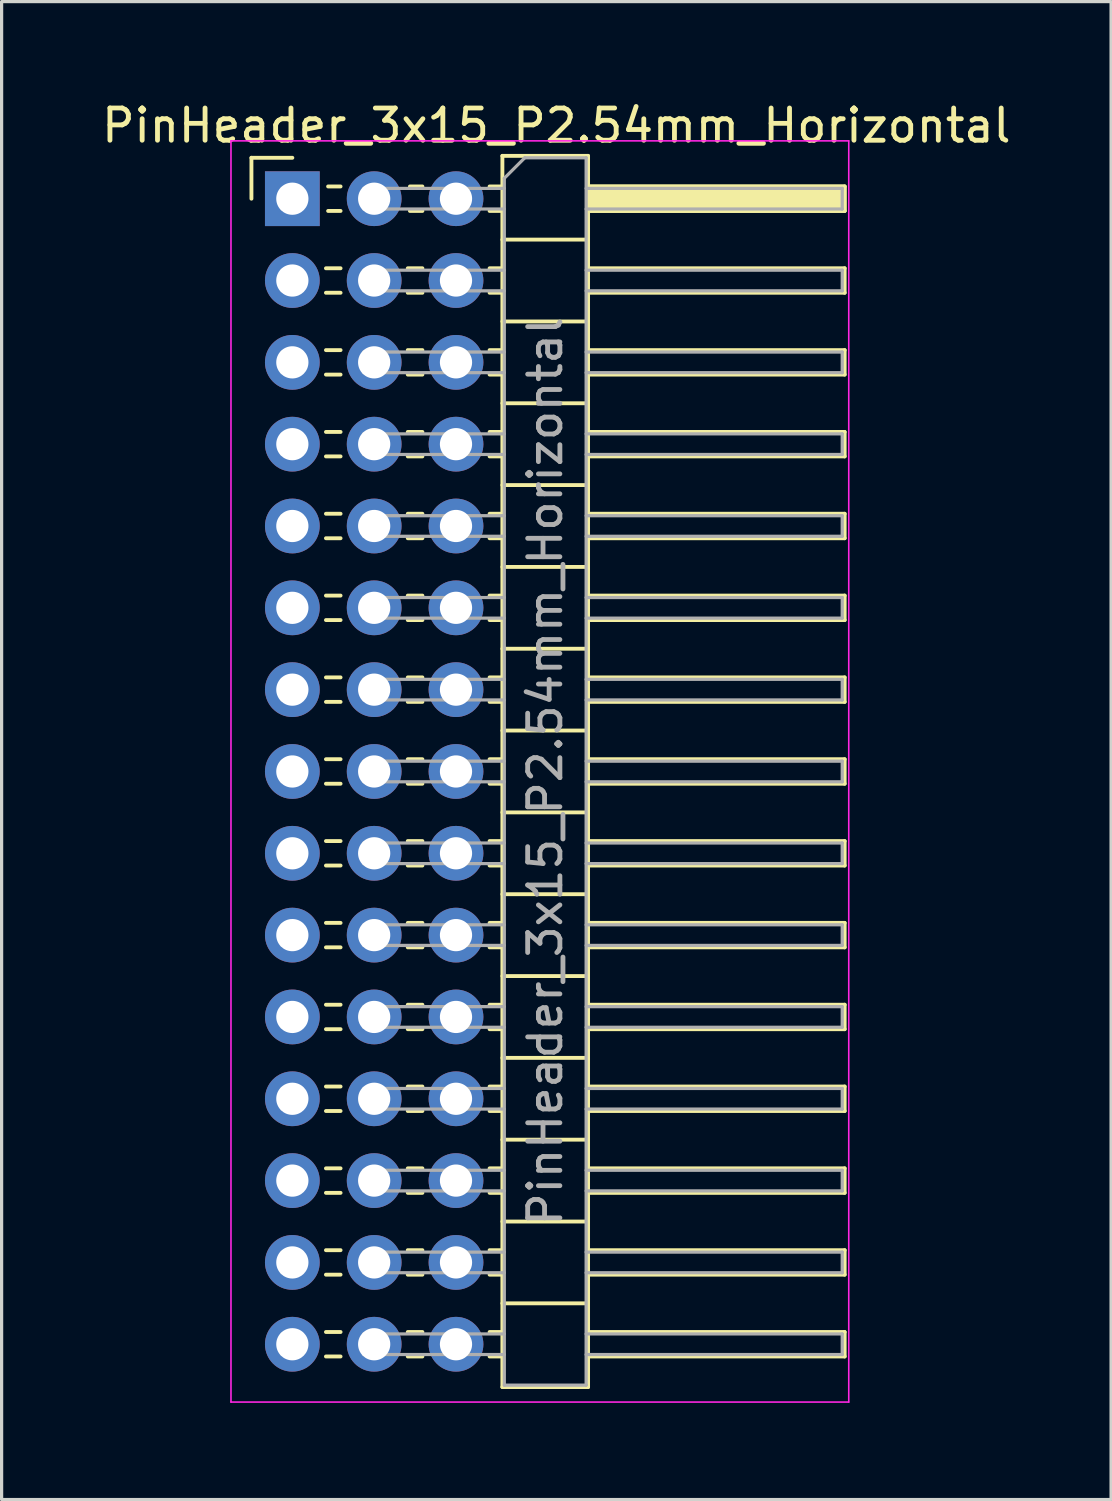
<source format=kicad_pcb>
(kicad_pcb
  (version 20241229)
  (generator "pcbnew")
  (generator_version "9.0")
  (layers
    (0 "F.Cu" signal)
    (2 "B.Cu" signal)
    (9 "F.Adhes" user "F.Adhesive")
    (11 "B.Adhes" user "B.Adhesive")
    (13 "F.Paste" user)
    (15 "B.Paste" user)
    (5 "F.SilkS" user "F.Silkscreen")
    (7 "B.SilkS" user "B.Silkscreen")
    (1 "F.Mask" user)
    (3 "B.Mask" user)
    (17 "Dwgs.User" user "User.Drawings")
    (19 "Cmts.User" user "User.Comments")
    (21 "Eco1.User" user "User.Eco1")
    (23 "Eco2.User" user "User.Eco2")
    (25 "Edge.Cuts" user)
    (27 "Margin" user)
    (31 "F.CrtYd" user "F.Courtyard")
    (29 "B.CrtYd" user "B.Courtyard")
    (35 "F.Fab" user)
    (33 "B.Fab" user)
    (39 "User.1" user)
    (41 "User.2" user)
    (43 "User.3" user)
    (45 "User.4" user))
  (footprint "PinHeader_3x15_P2.54mm_Horizontal"
    (layer "F.Cu")
    (at 8.565 3.118)
    (property "Reference" "PinHeader_3x15_P2.54mm_Horizontal" (at 5.655 -2.27 0) (layer "F.SilkS") (effects (font (size 1 1) (thickness 0.15))))
    (attr through_hole)
    (fp_line (start -3.81 -1.27) (end -2.54 -1.27) (stroke (width 0.12) (type solid)) (layer "F.SilkS"))
    (fp_line (start -3.81 0) (end -3.81 -1.27) (stroke (width 0.12) (type solid)) (layer "F.SilkS"))
    (fp_line (start -1.497 2.16) (end -1.043 2.16) (stroke (width 0.12) (type solid)) (layer "F.SilkS"))
    (fp_line (start -1.497 2.92) (end -1.043 2.92) (stroke (width 0.12) (type solid)) (layer "F.SilkS"))
    (fp_line (start -1.497 4.7) (end -1.043 4.7) (stroke (width 0.12) (type solid)) (layer "F.SilkS"))
    (fp_line (start -1.497 5.46) (end -1.043 5.46) (stroke (width 0.12) (type solid)) (layer "F.SilkS"))
    (fp_line (start -1.497 7.24) (end -1.043 7.24) (stroke (width 0.12) (type solid)) (layer "F.SilkS"))
    (fp_line (start -1.497 8) (end -1.043 8) (stroke (width 0.12) (type solid)) (layer "F.SilkS"))
    (fp_line (start -1.497 9.78) (end -1.043 9.78) (stroke (width 0.12) (type solid)) (layer "F.SilkS"))
    (fp_line (start -1.497 10.54) (end -1.043 10.54) (stroke (width 0.12) (type solid)) (layer "F.SilkS"))
    (fp_line (start -1.497 12.32) (end -1.043 12.32) (stroke (width 0.12) (type solid)) (layer "F.SilkS"))
    (fp_line (start -1.497 13.08) (end -1.043 13.08) (stroke (width 0.12) (type solid)) (layer "F.SilkS"))
    (fp_line (start -1.497 14.86) (end -1.043 14.86) (stroke (width 0.12) (type solid)) (layer "F.SilkS"))
    (fp_line (start -1.497 15.62) (end -1.043 15.62) (stroke (width 0.12) (type solid)) (layer "F.SilkS"))
    (fp_line (start -1.497 17.4) (end -1.043 17.4) (stroke (width 0.12) (type solid)) (layer "F.SilkS"))
    (fp_line (start -1.497 18.16) (end -1.043 18.16) (stroke (width 0.12) (type solid)) (layer "F.SilkS"))
    (fp_line (start -1.497 19.94) (end -1.043 19.94) (stroke (width 0.12) (type solid)) (layer "F.SilkS"))
    (fp_line (start -1.497 20.7) (end -1.043 20.7) (stroke (width 0.12) (type solid)) (layer "F.SilkS"))
    (fp_line (start -1.497 22.48) (end -1.043 22.48) (stroke (width 0.12) (type solid)) (layer "F.SilkS"))
    (fp_line (start -1.497 23.24) (end -1.043 23.24) (stroke (width 0.12) (type solid)) (layer "F.SilkS"))
    (fp_line (start -1.497 25.02) (end -1.043 25.02) (stroke (width 0.12) (type solid)) (layer "F.SilkS"))
    (fp_line (start -1.497 25.78) (end -1.043 25.78) (stroke (width 0.12) (type solid)) (layer "F.SilkS"))
    (fp_line (start -1.497 27.56) (end -1.043 27.56) (stroke (width 0.12) (type solid)) (layer "F.SilkS"))
    (fp_line (start -1.497 28.32) (end -1.043 28.32) (stroke (width 0.12) (type solid)) (layer "F.SilkS"))
    (fp_line (start -1.497 30.1) (end -1.043 30.1) (stroke (width 0.12) (type solid)) (layer "F.SilkS"))
    (fp_line (start -1.497 30.86) (end -1.043 30.86) (stroke (width 0.12) (type solid)) (layer "F.SilkS"))
    (fp_line (start -1.497 32.64) (end -1.043 32.64) (stroke (width 0.12) (type solid)) (layer "F.SilkS"))
    (fp_line (start -1.497 33.4) (end -1.043 33.4) (stroke (width 0.12) (type solid)) (layer "F.SilkS"))
    (fp_line (start -1.497 35.18) (end -1.043 35.18) (stroke (width 0.12) (type solid)) (layer "F.SilkS"))
    (fp_line (start -1.497 35.94) (end -1.043 35.94) (stroke (width 0.12) (type solid)) (layer "F.SilkS"))
    (fp_line (start -1.43 -0.38) (end -1.043 -0.38) (stroke (width 0.12) (type solid)) (layer "F.SilkS"))
    (fp_line (start -1.43 0.38) (end -1.043 0.38) (stroke (width 0.12) (type solid)) (layer "F.SilkS"))
    (fp_line (start 1.043 2.16) (end 1.497 2.16) (stroke (width 0.12) (type solid)) (layer "F.SilkS"))
    (fp_line (start 1.043 2.92) (end 1.497 2.92) (stroke (width 0.12) (type solid)) (layer "F.SilkS"))
    (fp_line (start 1.043 4.7) (end 1.497 4.7) (stroke (width 0.12) (type solid)) (layer "F.SilkS"))
    (fp_line (start 1.043 5.46) (end 1.497 5.46) (stroke (width 0.12) (type solid)) (layer "F.SilkS"))
    (fp_line (start 1.043 7.24) (end 1.497 7.24) (stroke (width 0.12) (type solid)) (layer "F.SilkS"))
    (fp_line (start 1.043 8) (end 1.497 8) (stroke (width 0.12) (type solid)) (layer "F.SilkS"))
    (fp_line (start 1.043 9.78) (end 1.497 9.78) (stroke (width 0.12) (type solid)) (layer "F.SilkS"))
    (fp_line (start 1.043 10.54) (end 1.497 10.54) (stroke (width 0.12) (type solid)) (layer "F.SilkS"))
    (fp_line (start 1.043 12.32) (end 1.497 12.32) (stroke (width 0.12) (type solid)) (layer "F.SilkS"))
    (fp_line (start 1.043 13.08) (end 1.497 13.08) (stroke (width 0.12) (type solid)) (layer "F.SilkS"))
    (fp_line (start 1.043 14.86) (end 1.497 14.86) (stroke (width 0.12) (type solid)) (layer "F.SilkS"))
    (fp_line (start 1.043 15.62) (end 1.497 15.62) (stroke (width 0.12) (type solid)) (layer "F.SilkS"))
    (fp_line (start 1.043 17.4) (end 1.497 17.4) (stroke (width 0.12) (type solid)) (layer "F.SilkS"))
    (fp_line (start 1.043 18.16) (end 1.497 18.16) (stroke (width 0.12) (type solid)) (layer "F.SilkS"))
    (fp_line (start 1.043 19.94) (end 1.497 19.94) (stroke (width 0.12) (type solid)) (layer "F.SilkS"))
    (fp_line (start 1.043 20.7) (end 1.497 20.7) (stroke (width 0.12) (type solid)) (layer "F.SilkS"))
    (fp_line (start 1.043 22.48) (end 1.497 22.48) (stroke (width 0.12) (type solid)) (layer "F.SilkS"))
    (fp_line (start 1.043 23.24) (end 1.497 23.24) (stroke (width 0.12) (type solid)) (layer "F.SilkS"))
    (fp_line (start 1.043 25.02) (end 1.497 25.02) (stroke (width 0.12) (type solid)) (layer "F.SilkS"))
    (fp_line (start 1.043 25.78) (end 1.497 25.78) (stroke (width 0.12) (type solid)) (layer "F.SilkS"))
    (fp_line (start 1.043 27.56) (end 1.497 27.56) (stroke (width 0.12) (type solid)) (layer "F.SilkS"))
    (fp_line (start 1.043 28.32) (end 1.497 28.32) (stroke (width 0.12) (type solid)) (layer "F.SilkS"))
    (fp_line (start 1.043 30.1) (end 1.497 30.1) (stroke (width 0.12) (type solid)) (layer "F.SilkS"))
    (fp_line (start 1.043 30.86) (end 1.497 30.86) (stroke (width 0.12) (type solid)) (layer "F.SilkS"))
    (fp_line (start 1.043 32.64) (end 1.497 32.64) (stroke (width 0.12) (type solid)) (layer "F.SilkS"))
    (fp_line (start 1.043 33.4) (end 1.497 33.4) (stroke (width 0.12) (type solid)) (layer "F.SilkS"))
    (fp_line (start 1.043 35.18) (end 1.497 35.18) (stroke (width 0.12) (type solid)) (layer "F.SilkS"))
    (fp_line (start 1.043 35.94) (end 1.497 35.94) (stroke (width 0.12) (type solid)) (layer "F.SilkS"))
    (fp_line (start 1.11 -0.38) (end 1.497 -0.38) (stroke (width 0.12) (type solid)) (layer "F.SilkS"))
    (fp_line (start 1.11 0.38) (end 1.497 0.38) (stroke (width 0.12) (type solid)) (layer "F.SilkS"))
    (fp_line (start 3.583 -0.38) (end 3.98 -0.38) (stroke (width 0.12) (type solid)) (layer "F.SilkS"))
    (fp_line (start 3.583 0.38) (end 3.98 0.38) (stroke (width 0.12) (type solid)) (layer "F.SilkS"))
    (fp_line (start 3.583 2.16) (end 3.98 2.16) (stroke (width 0.12) (type solid)) (layer "F.SilkS"))
    (fp_line (start 3.583 2.92) (end 3.98 2.92) (stroke (width 0.12) (type solid)) (layer "F.SilkS"))
    (fp_line (start 3.583 4.7) (end 3.98 4.7) (stroke (width 0.12) (type solid)) (layer "F.SilkS"))
    (fp_line (start 3.583 5.46) (end 3.98 5.46) (stroke (width 0.12) (type solid)) (layer "F.SilkS"))
    (fp_line (start 3.583 7.24) (end 3.98 7.24) (stroke (width 0.12) (type solid)) (layer "F.SilkS"))
    (fp_line (start 3.583 8) (end 3.98 8) (stroke (width 0.12) (type solid)) (layer "F.SilkS"))
    (fp_line (start 3.583 9.78) (end 3.98 9.78) (stroke (width 0.12) (type solid)) (layer "F.SilkS"))
    (fp_line (start 3.583 10.54) (end 3.98 10.54) (stroke (width 0.12) (type solid)) (layer "F.SilkS"))
    (fp_line (start 3.583 12.32) (end 3.98 12.32) (stroke (width 0.12) (type solid)) (layer "F.SilkS"))
    (fp_line (start 3.583 13.08) (end 3.98 13.08) (stroke (width 0.12) (type solid)) (layer "F.SilkS"))
    (fp_line (start 3.583 14.86) (end 3.98 14.86) (stroke (width 0.12) (type solid)) (layer "F.SilkS"))
    (fp_line (start 3.583 15.62) (end 3.98 15.62) (stroke (width 0.12) (type solid)) (layer "F.SilkS"))
    (fp_line (start 3.583 17.4) (end 3.98 17.4) (stroke (width 0.12) (type solid)) (layer "F.SilkS"))
    (fp_line (start 3.583 18.16) (end 3.98 18.16) (stroke (width 0.12) (type solid)) (layer "F.SilkS"))
    (fp_line (start 3.583 19.94) (end 3.98 19.94) (stroke (width 0.12) (type solid)) (layer "F.SilkS"))
    (fp_line (start 3.583 20.7) (end 3.98 20.7) (stroke (width 0.12) (type solid)) (layer "F.SilkS"))
    (fp_line (start 3.583 22.48) (end 3.98 22.48) (stroke (width 0.12) (type solid)) (layer "F.SilkS"))
    (fp_line (start 3.583 23.24) (end 3.98 23.24) (stroke (width 0.12) (type solid)) (layer "F.SilkS"))
    (fp_line (start 3.583 25.02) (end 3.98 25.02) (stroke (width 0.12) (type solid)) (layer "F.SilkS"))
    (fp_line (start 3.583 25.78) (end 3.98 25.78) (stroke (width 0.12) (type solid)) (layer "F.SilkS"))
    (fp_line (start 3.583 27.56) (end 3.98 27.56) (stroke (width 0.12) (type solid)) (layer "F.SilkS"))
    (fp_line (start 3.583 28.32) (end 3.98 28.32) (stroke (width 0.12) (type solid)) (layer "F.SilkS"))
    (fp_line (start 3.583 30.1) (end 3.98 30.1) (stroke (width 0.12) (type solid)) (layer "F.SilkS"))
    (fp_line (start 3.583 30.86) (end 3.98 30.86) (stroke (width 0.12) (type solid)) (layer "F.SilkS"))
    (fp_line (start 3.583 32.64) (end 3.98 32.64) (stroke (width 0.12) (type solid)) (layer "F.SilkS"))
    (fp_line (start 3.583 33.4) (end 3.98 33.4) (stroke (width 0.12) (type solid)) (layer "F.SilkS"))
    (fp_line (start 3.583 35.18) (end 3.98 35.18) (stroke (width 0.12) (type solid)) (layer "F.SilkS"))
    (fp_line (start 3.583 35.94) (end 3.98 35.94) (stroke (width 0.12) (type solid)) (layer "F.SilkS"))
    (fp_line (start 3.98 -1.33) (end 3.98 36.89) (stroke (width 0.12) (type solid)) (layer "F.SilkS"))
    (fp_line (start 3.98 1.27) (end 6.64 1.27) (stroke (width 0.12) (type solid)) (layer "F.SilkS"))
    (fp_line (start 3.98 3.81) (end 6.64 3.81) (stroke (width 0.12) (type solid)) (layer "F.SilkS"))
    (fp_line (start 3.98 6.35) (end 6.64 6.35) (stroke (width 0.12) (type solid)) (layer "F.SilkS"))
    (fp_line (start 3.98 8.89) (end 6.64 8.89) (stroke (width 0.12) (type solid)) (layer "F.SilkS"))
    (fp_line (start 3.98 11.43) (end 6.64 11.43) (stroke (width 0.12) (type solid)) (layer "F.SilkS"))
    (fp_line (start 3.98 13.97) (end 6.64 13.97) (stroke (width 0.12) (type solid)) (layer "F.SilkS"))
    (fp_line (start 3.98 16.51) (end 6.64 16.51) (stroke (width 0.12) (type solid)) (layer "F.SilkS"))
    (fp_line (start 3.98 19.05) (end 6.64 19.05) (stroke (width 0.12) (type solid)) (layer "F.SilkS"))
    (fp_line (start 3.98 21.59) (end 6.64 21.59) (stroke (width 0.12) (type solid)) (layer "F.SilkS"))
    (fp_line (start 3.98 24.13) (end 6.64 24.13) (stroke (width 0.12) (type solid)) (layer "F.SilkS"))
    (fp_line (start 3.98 26.67) (end 6.64 26.67) (stroke (width 0.12) (type solid)) (layer "F.SilkS"))
    (fp_line (start 3.98 29.21) (end 6.64 29.21) (stroke (width 0.12) (type solid)) (layer "F.SilkS"))
    (fp_line (start 3.98 31.75) (end 6.64 31.75) (stroke (width 0.12) (type solid)) (layer "F.SilkS"))
    (fp_line (start 3.98 34.29) (end 6.64 34.29) (stroke (width 0.12) (type solid)) (layer "F.SilkS"))
    (fp_line (start 3.98 36.89) (end 6.64 36.89) (stroke (width 0.12) (type solid)) (layer "F.SilkS"))
    (fp_line (start 6.64 -1.33) (end 3.98 -1.33) (stroke (width 0.12) (type solid)) (layer "F.SilkS"))
    (fp_line (start 6.64 -0.38) (end 14.605 -0.38) (stroke (width 0.12) (type solid)) (layer "F.SilkS"))
    (fp_line (start 6.64 2.16) (end 14.605 2.16) (stroke (width 0.12) (type solid)) (layer "F.SilkS"))
    (fp_line (start 6.64 4.7) (end 14.605 4.7) (stroke (width 0.12) (type solid)) (layer "F.SilkS"))
    (fp_line (start 6.64 7.24) (end 14.605 7.24) (stroke (width 0.12) (type solid)) (layer "F.SilkS"))
    (fp_line (start 6.64 9.78) (end 14.605 9.78) (stroke (width 0.12) (type solid)) (layer "F.SilkS"))
    (fp_line (start 6.64 12.32) (end 14.605 12.32) (stroke (width 0.12) (type solid)) (layer "F.SilkS"))
    (fp_line (start 6.64 14.86) (end 14.605 14.86) (stroke (width 0.12) (type solid)) (layer "F.SilkS"))
    (fp_line (start 6.64 17.4) (end 14.605 17.4) (stroke (width 0.12) (type solid)) (layer "F.SilkS"))
    (fp_line (start 6.64 19.94) (end 14.605 19.94) (stroke (width 0.12) (type solid)) (layer "F.SilkS"))
    (fp_line (start 6.64 22.48) (end 14.605 22.48) (stroke (width 0.12) (type solid)) (layer "F.SilkS"))
    (fp_line (start 6.64 25.02) (end 14.605 25.02) (stroke (width 0.12) (type solid)) (layer "F.SilkS"))
    (fp_line (start 6.64 27.56) (end 14.605 27.56) (stroke (width 0.12) (type solid)) (layer "F.SilkS"))
    (fp_line (start 6.64 30.1) (end 14.605 30.1) (stroke (width 0.12) (type solid)) (layer "F.SilkS"))
    (fp_line (start 6.64 32.64) (end 14.605 32.64) (stroke (width 0.12) (type solid)) (layer "F.SilkS"))
    (fp_line (start 6.64 35.18) (end 14.605 35.18) (stroke (width 0.12) (type solid)) (layer "F.SilkS"))
    (fp_line (start 6.64 36.89) (end 6.64 -1.33) (stroke (width 0.12) (type solid)) (layer "F.SilkS"))
    (fp_line (start 14.605 -0.38) (end 14.605 0.38) (stroke (width 0.12) (type solid)) (layer "F.SilkS"))
    (fp_line (start 14.605 0.38) (end 6.64 0.38) (stroke (width 0.12) (type solid)) (layer "F.SilkS"))
    (fp_line (start 14.605 2.16) (end 14.605 2.92) (stroke (width 0.12) (type solid)) (layer "F.SilkS"))
    (fp_line (start 14.605 2.92) (end 6.64 2.92) (stroke (width 0.12) (type solid)) (layer "F.SilkS"))
    (fp_line (start 14.605 4.7) (end 14.605 5.46) (stroke (width 0.12) (type solid)) (layer "F.SilkS"))
    (fp_line (start 14.605 5.46) (end 6.64 5.46) (stroke (width 0.12) (type solid)) (layer "F.SilkS"))
    (fp_line (start 14.605 7.24) (end 14.605 8) (stroke (width 0.12) (type solid)) (layer "F.SilkS"))
    (fp_line (start 14.605 8) (end 6.64 8) (stroke (width 0.12) (type solid)) (layer "F.SilkS"))
    (fp_line (start 14.605 9.78) (end 14.605 10.54) (stroke (width 0.12) (type solid)) (layer "F.SilkS"))
    (fp_line (start 14.605 10.54) (end 6.64 10.54) (stroke (width 0.12) (type solid)) (layer "F.SilkS"))
    (fp_line (start 14.605 12.32) (end 14.605 13.08) (stroke (width 0.12) (type solid)) (layer "F.SilkS"))
    (fp_line (start 14.605 13.08) (end 6.64 13.08) (stroke (width 0.12) (type solid)) (layer "F.SilkS"))
    (fp_line (start 14.605 14.86) (end 14.605 15.62) (stroke (width 0.12) (type solid)) (layer "F.SilkS"))
    (fp_line (start 14.605 15.62) (end 6.64 15.62) (stroke (width 0.12) (type solid)) (layer "F.SilkS"))
    (fp_line (start 14.605 17.4) (end 14.605 18.16) (stroke (width 0.12) (type solid)) (layer "F.SilkS"))
    (fp_line (start 14.605 18.16) (end 6.64 18.16) (stroke (width 0.12) (type solid)) (layer "F.SilkS"))
    (fp_line (start 14.605 19.94) (end 14.605 20.7) (stroke (width 0.12) (type solid)) (layer "F.SilkS"))
    (fp_line (start 14.605 20.7) (end 6.64 20.7) (stroke (width 0.12) (type solid)) (layer "F.SilkS"))
    (fp_line (start 14.605 22.48) (end 14.605 23.24) (stroke (width 0.12) (type solid)) (layer "F.SilkS"))
    (fp_line (start 14.605 23.24) (end 6.64 23.24) (stroke (width 0.12) (type solid)) (layer "F.SilkS"))
    (fp_line (start 14.605 25.02) (end 14.605 25.78) (stroke (width 0.12) (type solid)) (layer "F.SilkS"))
    (fp_line (start 14.605 25.78) (end 6.64 25.78) (stroke (width 0.12) (type solid)) (layer "F.SilkS"))
    (fp_line (start 14.605 27.56) (end 14.605 28.32) (stroke (width 0.12) (type solid)) (layer "F.SilkS"))
    (fp_line (start 14.605 28.32) (end 6.64 28.32) (stroke (width 0.12) (type solid)) (layer "F.SilkS"))
    (fp_line (start 14.605 30.1) (end 14.605 30.86) (stroke (width 0.12) (type solid)) (layer "F.SilkS"))
    (fp_line (start 14.605 30.86) (end 6.64 30.86) (stroke (width 0.12) (type solid)) (layer "F.SilkS"))
    (fp_line (start 14.605 32.64) (end 14.605 33.4) (stroke (width 0.12) (type solid)) (layer "F.SilkS"))
    (fp_line (start 14.605 33.4) (end 6.64 33.4) (stroke (width 0.12) (type solid)) (layer "F.SilkS"))
    (fp_line (start 14.605 35.18) (end 14.605 35.94) (stroke (width 0.12) (type solid)) (layer "F.SilkS"))
    (fp_line (start 14.605 35.94) (end 6.64 35.94) (stroke (width 0.12) (type solid)) (layer "F.SilkS"))
    (fp_rect (start 6.64 -0.38) (end 14.605 0.38) (stroke (width 0.12) (type solid)) (fill yes) (layer "F.SilkS"))
    (fp_line (start -4.445 -1.795) (end -4.445 37.355) (stroke (width 0.05) (type solid)) (layer "F.CrtYd"))
    (fp_line (start -4.445 37.355) (end 14.732 37.355) (stroke (width 0.05) (type solid)) (layer "F.CrtYd"))
    (fp_line (start 14.732 -1.795) (end -4.445 -1.795) (stroke (width 0.05) (type solid)) (layer "F.CrtYd"))
    (fp_line (start 14.732 37.355) (end 14.732 -1.795) (stroke (width 0.05) (type solid)) (layer "F.CrtYd"))
    (fp_line (start -2.86 -0.32) (end -2.86 0.32) (stroke (width 0.1) (type solid)) (layer "F.Fab"))
    (fp_line (start -2.86 2.22) (end -2.86 2.86) (stroke (width 0.1) (type solid)) (layer "F.Fab"))
    (fp_line (start -2.86 4.76) (end -2.86 5.4) (stroke (width 0.1) (type solid)) (layer "F.Fab"))
    (fp_line (start -2.86 7.3) (end -2.86 7.94) (stroke (width 0.1) (type solid)) (layer "F.Fab"))
    (fp_line (start -2.86 9.84) (end -2.86 10.48) (stroke (width 0.1) (type solid)) (layer "F.Fab"))
    (fp_line (start -2.86 12.38) (end -2.86 13.02) (stroke (width 0.1) (type solid)) (layer "F.Fab"))
    (fp_line (start -2.86 14.92) (end -2.86 15.56) (stroke (width 0.1) (type solid)) (layer "F.Fab"))
    (fp_line (start -2.86 17.46) (end -2.86 18.1) (stroke (width 0.1) (type solid)) (layer "F.Fab"))
    (fp_line (start -2.86 20) (end -2.86 20.64) (stroke (width 0.1) (type solid)) (layer "F.Fab"))
    (fp_line (start -2.86 22.54) (end -2.86 23.18) (stroke (width 0.1) (type solid)) (layer "F.Fab"))
    (fp_line (start -2.86 25.08) (end -2.86 25.72) (stroke (width 0.1) (type solid)) (layer "F.Fab"))
    (fp_line (start -2.86 27.62) (end -2.86 28.26) (stroke (width 0.1) (type solid)) (layer "F.Fab"))
    (fp_line (start -2.86 30.16) (end -2.86 30.8) (stroke (width 0.1) (type solid)) (layer "F.Fab"))
    (fp_line (start -2.86 32.7) (end -2.86 33.34) (stroke (width 0.1) (type solid)) (layer "F.Fab"))
    (fp_line (start -2.86 35.24) (end -2.86 35.88) (stroke (width 0.1) (type solid)) (layer "F.Fab"))
    (fp_line (start -0.32 -0.32) (end -0.32 0.32) (stroke (width 0.1) (type solid)) (layer "F.Fab"))
    (fp_line (start -0.32 -0.32) (end 4.04 -0.32) (stroke (width 0.1) (type solid)) (layer "F.Fab"))
    (fp_line (start -0.32 0.32) (end 4.04 0.32) (stroke (width 0.1) (type solid)) (layer "F.Fab"))
    (fp_line (start -0.32 2.22) (end -0.32 2.86) (stroke (width 0.1) (type solid)) (layer "F.Fab"))
    (fp_line (start -0.32 2.22) (end 4.04 2.22) (stroke (width 0.1) (type solid)) (layer "F.Fab"))
    (fp_line (start -0.32 2.86) (end 4.04 2.86) (stroke (width 0.1) (type solid)) (layer "F.Fab"))
    (fp_line (start -0.32 4.76) (end -0.32 5.4) (stroke (width 0.1) (type solid)) (layer "F.Fab"))
    (fp_line (start -0.32 4.76) (end 4.04 4.76) (stroke (width 0.1) (type solid)) (layer "F.Fab"))
    (fp_line (start -0.32 5.4) (end 4.04 5.4) (stroke (width 0.1) (type solid)) (layer "F.Fab"))
    (fp_line (start -0.32 7.3) (end -0.32 7.94) (stroke (width 0.1) (type solid)) (layer "F.Fab"))
    (fp_line (start -0.32 7.3) (end 4.04 7.3) (stroke (width 0.1) (type solid)) (layer "F.Fab"))
    (fp_line (start -0.32 7.94) (end 4.04 7.94) (stroke (width 0.1) (type solid)) (layer "F.Fab"))
    (fp_line (start -0.32 9.84) (end -0.32 10.48) (stroke (width 0.1) (type solid)) (layer "F.Fab"))
    (fp_line (start -0.32 9.84) (end 4.04 9.84) (stroke (width 0.1) (type solid)) (layer "F.Fab"))
    (fp_line (start -0.32 10.48) (end 4.04 10.48) (stroke (width 0.1) (type solid)) (layer "F.Fab"))
    (fp_line (start -0.32 12.38) (end -0.32 13.02) (stroke (width 0.1) (type solid)) (layer "F.Fab"))
    (fp_line (start -0.32 12.38) (end 4.04 12.38) (stroke (width 0.1) (type solid)) (layer "F.Fab"))
    (fp_line (start -0.32 13.02) (end 4.04 13.02) (stroke (width 0.1) (type solid)) (layer "F.Fab"))
    (fp_line (start -0.32 14.92) (end -0.32 15.56) (stroke (width 0.1) (type solid)) (layer "F.Fab"))
    (fp_line (start -0.32 14.92) (end 4.04 14.92) (stroke (width 0.1) (type solid)) (layer "F.Fab"))
    (fp_line (start -0.32 15.56) (end 4.04 15.56) (stroke (width 0.1) (type solid)) (layer "F.Fab"))
    (fp_line (start -0.32 17.46) (end -0.32 18.1) (stroke (width 0.1) (type solid)) (layer "F.Fab"))
    (fp_line (start -0.32 17.46) (end 4.04 17.46) (stroke (width 0.1) (type solid)) (layer "F.Fab"))
    (fp_line (start -0.32 18.1) (end 4.04 18.1) (stroke (width 0.1) (type solid)) (layer "F.Fab"))
    (fp_line (start -0.32 20) (end -0.32 20.64) (stroke (width 0.1) (type solid)) (layer "F.Fab"))
    (fp_line (start -0.32 20) (end 4.04 20) (stroke (width 0.1) (type solid)) (layer "F.Fab"))
    (fp_line (start -0.32 20.64) (end 4.04 20.64) (stroke (width 0.1) (type solid)) (layer "F.Fab"))
    (fp_line (start -0.32 22.54) (end -0.32 23.18) (stroke (width 0.1) (type solid)) (layer "F.Fab"))
    (fp_line (start -0.32 22.54) (end 4.04 22.54) (stroke (width 0.1) (type solid)) (layer "F.Fab"))
    (fp_line (start -0.32 23.18) (end 4.04 23.18) (stroke (width 0.1) (type solid)) (layer "F.Fab"))
    (fp_line (start -0.32 25.08) (end -0.32 25.72) (stroke (width 0.1) (type solid)) (layer "F.Fab"))
    (fp_line (start -0.32 25.08) (end 4.04 25.08) (stroke (width 0.1) (type solid)) (layer "F.Fab"))
    (fp_line (start -0.32 25.72) (end 4.04 25.72) (stroke (width 0.1) (type solid)) (layer "F.Fab"))
    (fp_line (start -0.32 27.62) (end -0.32 28.26) (stroke (width 0.1) (type solid)) (layer "F.Fab"))
    (fp_line (start -0.32 27.62) (end 4.04 27.62) (stroke (width 0.1) (type solid)) (layer "F.Fab"))
    (fp_line (start -0.32 28.26) (end 4.04 28.26) (stroke (width 0.1) (type solid)) (layer "F.Fab"))
    (fp_line (start -0.32 30.16) (end -0.32 30.8) (stroke (width 0.1) (type solid)) (layer "F.Fab"))
    (fp_line (start -0.32 30.16) (end 4.04 30.16) (stroke (width 0.1) (type solid)) (layer "F.Fab"))
    (fp_line (start -0.32 30.8) (end 4.04 30.8) (stroke (width 0.1) (type solid)) (layer "F.Fab"))
    (fp_line (start -0.32 32.7) (end -0.32 33.34) (stroke (width 0.1) (type solid)) (layer "F.Fab"))
    (fp_line (start -0.32 32.7) (end 4.04 32.7) (stroke (width 0.1) (type solid)) (layer "F.Fab"))
    (fp_line (start -0.32 33.34) (end 4.04 33.34) (stroke (width 0.1) (type solid)) (layer "F.Fab"))
    (fp_line (start -0.32 35.24) (end -0.32 35.88) (stroke (width 0.1) (type solid)) (layer "F.Fab"))
    (fp_line (start -0.32 35.24) (end 4.04 35.24) (stroke (width 0.1) (type solid)) (layer "F.Fab"))
    (fp_line (start -0.32 35.88) (end 4.04 35.88) (stroke (width 0.1) (type solid)) (layer "F.Fab"))
    (fp_line (start 4.04 -0.635) (end 4.675 -1.27) (stroke (width 0.1) (type solid)) (layer "F.Fab"))
    (fp_line (start 4.04 36.83) (end 4.04 -0.635) (stroke (width 0.1) (type solid)) (layer "F.Fab"))
    (fp_line (start 4.675 -1.27) (end 6.58 -1.27) (stroke (width 0.1) (type solid)) (layer "F.Fab"))
    (fp_line (start 6.58 -1.27) (end 6.58 36.83) (stroke (width 0.1) (type solid)) (layer "F.Fab"))
    (fp_line (start 6.58 -0.32) (end 14.529 -0.32) (stroke (width 0.1) (type solid)) (layer "F.Fab"))
    (fp_line (start 6.58 0.32) (end 14.529 0.32) (stroke (width 0.1) (type solid)) (layer "F.Fab"))
    (fp_line (start 6.58 2.22) (end 14.529 2.22) (stroke (width 0.1) (type solid)) (layer "F.Fab"))
    (fp_line (start 6.58 2.86) (end 14.529 2.86) (stroke (width 0.1) (type solid)) (layer "F.Fab"))
    (fp_line (start 6.58 4.76) (end 14.529 4.76) (stroke (width 0.1) (type solid)) (layer "F.Fab"))
    (fp_line (start 6.58 5.4) (end 14.529 5.4) (stroke (width 0.1) (type solid)) (layer "F.Fab"))
    (fp_line (start 6.58 7.3) (end 14.529 7.3) (stroke (width 0.1) (type solid)) (layer "F.Fab"))
    (fp_line (start 6.58 7.94) (end 14.529 7.94) (stroke (width 0.1) (type solid)) (layer "F.Fab"))
    (fp_line (start 6.58 9.84) (end 14.529 9.84) (stroke (width 0.1) (type solid)) (layer "F.Fab"))
    (fp_line (start 6.58 10.48) (end 14.529 10.48) (stroke (width 0.1) (type solid)) (layer "F.Fab"))
    (fp_line (start 6.58 12.38) (end 14.529 12.38) (stroke (width 0.1) (type solid)) (layer "F.Fab"))
    (fp_line (start 6.58 13.02) (end 14.529 13.02) (stroke (width 0.1) (type solid)) (layer "F.Fab"))
    (fp_line (start 6.58 14.92) (end 14.529 14.92) (stroke (width 0.1) (type solid)) (layer "F.Fab"))
    (fp_line (start 6.58 15.56) (end 14.529 15.56) (stroke (width 0.1) (type solid)) (layer "F.Fab"))
    (fp_line (start 6.58 17.46) (end 14.529 17.46) (stroke (width 0.1) (type solid)) (layer "F.Fab"))
    (fp_line (start 6.58 18.1) (end 14.529 18.1) (stroke (width 0.1) (type solid)) (layer "F.Fab"))
    (fp_line (start 6.58 20) (end 14.529 20) (stroke (width 0.1) (type solid)) (layer "F.Fab"))
    (fp_line (start 6.58 20.64) (end 14.529 20.64) (stroke (width 0.1) (type solid)) (layer "F.Fab"))
    (fp_line (start 6.58 22.54) (end 14.529 22.54) (stroke (width 0.1) (type solid)) (layer "F.Fab"))
    (fp_line (start 6.58 23.18) (end 14.529 23.18) (stroke (width 0.1) (type solid)) (layer "F.Fab"))
    (fp_line (start 6.58 25.08) (end 14.529 25.08) (stroke (width 0.1) (type solid)) (layer "F.Fab"))
    (fp_line (start 6.58 25.72) (end 14.529 25.72) (stroke (width 0.1) (type solid)) (layer "F.Fab"))
    (fp_line (start 6.58 27.62) (end 14.529 27.62) (stroke (width 0.1) (type solid)) (layer "F.Fab"))
    (fp_line (start 6.58 28.26) (end 14.529 28.26) (stroke (width 0.1) (type solid)) (layer "F.Fab"))
    (fp_line (start 6.58 30.16) (end 14.529 30.16) (stroke (width 0.1) (type solid)) (layer "F.Fab"))
    (fp_line (start 6.58 30.8) (end 14.529 30.8) (stroke (width 0.1) (type solid)) (layer "F.Fab"))
    (fp_line (start 6.58 32.7) (end 14.529 32.7) (stroke (width 0.1) (type solid)) (layer "F.Fab"))
    (fp_line (start 6.58 33.34) (end 14.529 33.34) (stroke (width 0.1) (type solid)) (layer "F.Fab"))
    (fp_line (start 6.58 35.24) (end 14.529 35.24) (stroke (width 0.1) (type solid)) (layer "F.Fab"))
    (fp_line (start 6.58 35.88) (end 14.529 35.88) (stroke (width 0.1) (type solid)) (layer "F.Fab"))
    (fp_line (start 6.58 36.83) (end 4.04 36.83) (stroke (width 0.1) (type solid)) (layer "F.Fab"))
    (fp_line (start 14.529 -0.32) (end 14.529 0.32) (stroke (width 0.1) (type solid)) (layer "F.Fab"))
    (fp_line (start 14.529 2.22) (end 14.529 2.86) (stroke (width 0.1) (type solid)) (layer "F.Fab"))
    (fp_line (start 14.529 4.76) (end 14.529 5.4) (stroke (width 0.1) (type solid)) (layer "F.Fab"))
    (fp_line (start 14.529 7.3) (end 14.529 7.94) (stroke (width 0.1) (type solid)) (layer "F.Fab"))
    (fp_line (start 14.529 9.84) (end 14.529 10.48) (stroke (width 0.1) (type solid)) (layer "F.Fab"))
    (fp_line (start 14.529 12.38) (end 14.529 13.02) (stroke (width 0.1) (type solid)) (layer "F.Fab"))
    (fp_line (start 14.529 14.92) (end 14.529 15.56) (stroke (width 0.1) (type solid)) (layer "F.Fab"))
    (fp_line (start 14.529 17.46) (end 14.529 18.1) (stroke (width 0.1) (type solid)) (layer "F.Fab"))
    (fp_line (start 14.529 20) (end 14.529 20.64) (stroke (width 0.1) (type solid)) (layer "F.Fab"))
    (fp_line (start 14.529 22.54) (end 14.529 23.18) (stroke (width 0.1) (type solid)) (layer "F.Fab"))
    (fp_line (start 14.529 25.08) (end 14.529 25.72) (stroke (width 0.1) (type solid)) (layer "F.Fab"))
    (fp_line (start 14.529 27.62) (end 14.529 28.26) (stroke (width 0.1) (type solid)) (layer "F.Fab"))
    (fp_line (start 14.529 30.16) (end 14.529 30.8) (stroke (width 0.1) (type solid)) (layer "F.Fab"))
    (fp_line (start 14.529 32.7) (end 14.529 33.34) (stroke (width 0.1) (type solid)) (layer "F.Fab"))
    (fp_line (start 14.529 35.24) (end 14.529 35.88) (stroke (width 0.1) (type solid)) (layer "F.Fab"))
    (fp_text user "${REFERENCE}" (at 5.31 17.78 90) (layer "F.Fab") (effects (font (size 1 1) (thickness 0.15))))
    (pad "1" thru_hole rect (at -2.54 0) (size 1.7 1.7) (drill 1) (layers "*.Cu" "*.Mask"))
    (pad "2" thru_hole oval (at 0 0) (size 1.7 1.7) (drill 1) (layers "*.Cu" "*.Mask"))
    (pad "3" thru_hole oval (at 2.54 0) (size 1.7 1.7) (drill 1) (layers "*.Cu" "*.Mask"))
    (pad "4" thru_hole oval (at -2.54 2.54) (size 1.7 1.7) (drill 1) (layers "*.Cu" "*.Mask"))
    (pad "5" thru_hole oval (at 0 2.54) (size 1.7 1.7) (drill 1) (layers "*.Cu" "*.Mask"))
    (pad "6" thru_hole oval (at 2.54 2.54) (size 1.7 1.7) (drill 1) (layers "*.Cu" "*.Mask"))
    (pad "7" thru_hole oval (at -2.54 5.08) (size 1.7 1.7) (drill 1) (layers "*.Cu" "*.Mask"))
    (pad "8" thru_hole oval (at 0 5.08) (size 1.7 1.7) (drill 1) (layers "*.Cu" "*.Mask"))
    (pad "9" thru_hole oval (at 2.54 5.08) (size 1.7 1.7) (drill 1) (layers "*.Cu" "*.Mask"))
    (pad "10" thru_hole oval (at -2.54 7.62) (size 1.7 1.7) (drill 1) (layers "*.Cu" "*.Mask"))
    (pad "11" thru_hole oval (at 0 7.62) (size 1.7 1.7) (drill 1) (layers "*.Cu" "*.Mask"))
    (pad "12" thru_hole oval (at 2.54 7.62) (size 1.7 1.7) (drill 1) (layers "*.Cu" "*.Mask"))
    (pad "13" thru_hole oval (at -2.54 10.16) (size 1.7 1.7) (drill 1) (layers "*.Cu" "*.Mask"))
    (pad "14" thru_hole oval (at 0 10.16) (size 1.7 1.7) (drill 1) (layers "*.Cu" "*.Mask"))
    (pad "15" thru_hole oval (at 2.54 10.16) (size 1.7 1.7) (drill 1) (layers "*.Cu" "*.Mask"))
    (pad "16" thru_hole oval (at -2.54 12.7) (size 1.7 1.7) (drill 1) (layers "*.Cu" "*.Mask"))
    (pad "17" thru_hole oval (at 0 12.7) (size 1.7 1.7) (drill 1) (layers "*.Cu" "*.Mask"))
    (pad "18" thru_hole oval (at 2.54 12.7) (size 1.7 1.7) (drill 1) (layers "*.Cu" "*.Mask"))
    (pad "19" thru_hole oval (at -2.54 15.24) (size 1.7 1.7) (drill 1) (layers "*.Cu" "*.Mask"))
    (pad "20" thru_hole oval (at 0 15.24) (size 1.7 1.7) (drill 1) (layers "*.Cu" "*.Mask"))
    (pad "21" thru_hole oval (at 2.54 15.24) (size 1.7 1.7) (drill 1) (layers "*.Cu" "*.Mask"))
    (pad "22" thru_hole oval (at -2.54 17.78) (size 1.7 1.7) (drill 1) (layers "*.Cu" "*.Mask"))
    (pad "23" thru_hole oval (at 0 17.78) (size 1.7 1.7) (drill 1) (layers "*.Cu" "*.Mask"))
    (pad "24" thru_hole oval (at 2.54 17.78) (size 1.7 1.7) (drill 1) (layers "*.Cu" "*.Mask"))
    (pad "25" thru_hole oval (at -2.54 20.32) (size 1.7 1.7) (drill 1) (layers "*.Cu" "*.Mask"))
    (pad "26" thru_hole oval (at 0 20.32) (size 1.7 1.7) (drill 1) (layers "*.Cu" "*.Mask"))
    (pad "27" thru_hole oval (at 2.54 20.32) (size 1.7 1.7) (drill 1) (layers "*.Cu" "*.Mask"))
    (pad "28" thru_hole oval (at -2.54 22.86) (size 1.7 1.7) (drill 1) (layers "*.Cu" "*.Mask"))
    (pad "29" thru_hole oval (at 0 22.86) (size 1.7 1.7) (drill 1) (layers "*.Cu" "*.Mask"))
    (pad "30" thru_hole oval (at 2.54 22.86) (size 1.7 1.7) (drill 1) (layers "*.Cu" "*.Mask"))
    (pad "31" thru_hole oval (at -2.54 25.4) (size 1.7 1.7) (drill 1) (layers "*.Cu" "*.Mask"))
    (pad "32" thru_hole oval (at 0 25.4) (size 1.7 1.7) (drill 1) (layers "*.Cu" "*.Mask"))
    (pad "33" thru_hole oval (at 2.54 25.4) (size 1.7 1.7) (drill 1) (layers "*.Cu" "*.Mask"))
    (pad "34" thru_hole oval (at -2.54 27.94) (size 1.7 1.7) (drill 1) (layers "*.Cu" "*.Mask"))
    (pad "35" thru_hole oval (at 0 27.94) (size 1.7 1.7) (drill 1) (layers "*.Cu" "*.Mask"))
    (pad "36" thru_hole oval (at 2.54 27.94) (size 1.7 1.7) (drill 1) (layers "*.Cu" "*.Mask"))
    (pad "37" thru_hole oval (at -2.54 30.48) (size 1.7 1.7) (drill 1) (layers "*.Cu" "*.Mask"))
    (pad "38" thru_hole oval (at 0 30.48) (size 1.7 1.7) (drill 1) (layers "*.Cu" "*.Mask"))
    (pad "39" thru_hole oval (at 2.54 30.48) (size 1.7 1.7) (drill 1) (layers "*.Cu" "*.Mask"))
    (pad "40" thru_hole oval (at -2.54 33.02) (size 1.7 1.7) (drill 1) (layers "*.Cu" "*.Mask"))
    (pad "41" thru_hole oval (at 0 33.02) (size 1.7 1.7) (drill 1) (layers "*.Cu" "*.Mask"))
    (pad "42" thru_hole oval (at 2.54 33.02) (size 1.7 1.7) (drill 1) (layers "*.Cu" "*.Mask"))
    (pad "43" thru_hole oval (at -2.54 35.56) (size 1.7 1.7) (drill 1) (layers "*.Cu" "*.Mask"))
    (pad "44" thru_hole oval (at 0 35.56) (size 1.7 1.7) (drill 1) (layers "*.Cu" "*.Mask"))
    (pad "45" thru_hole oval (at 2.54 35.56) (size 1.7 1.7) (drill 1) (layers "*.Cu" "*.Mask")))
  (gr_rect
    (start -3 -3)
    (end 31.44 43.498)
    (stroke (width 0.1) (type default))
    (fill no)
    (layer "Edge.Cuts")))
</source>
